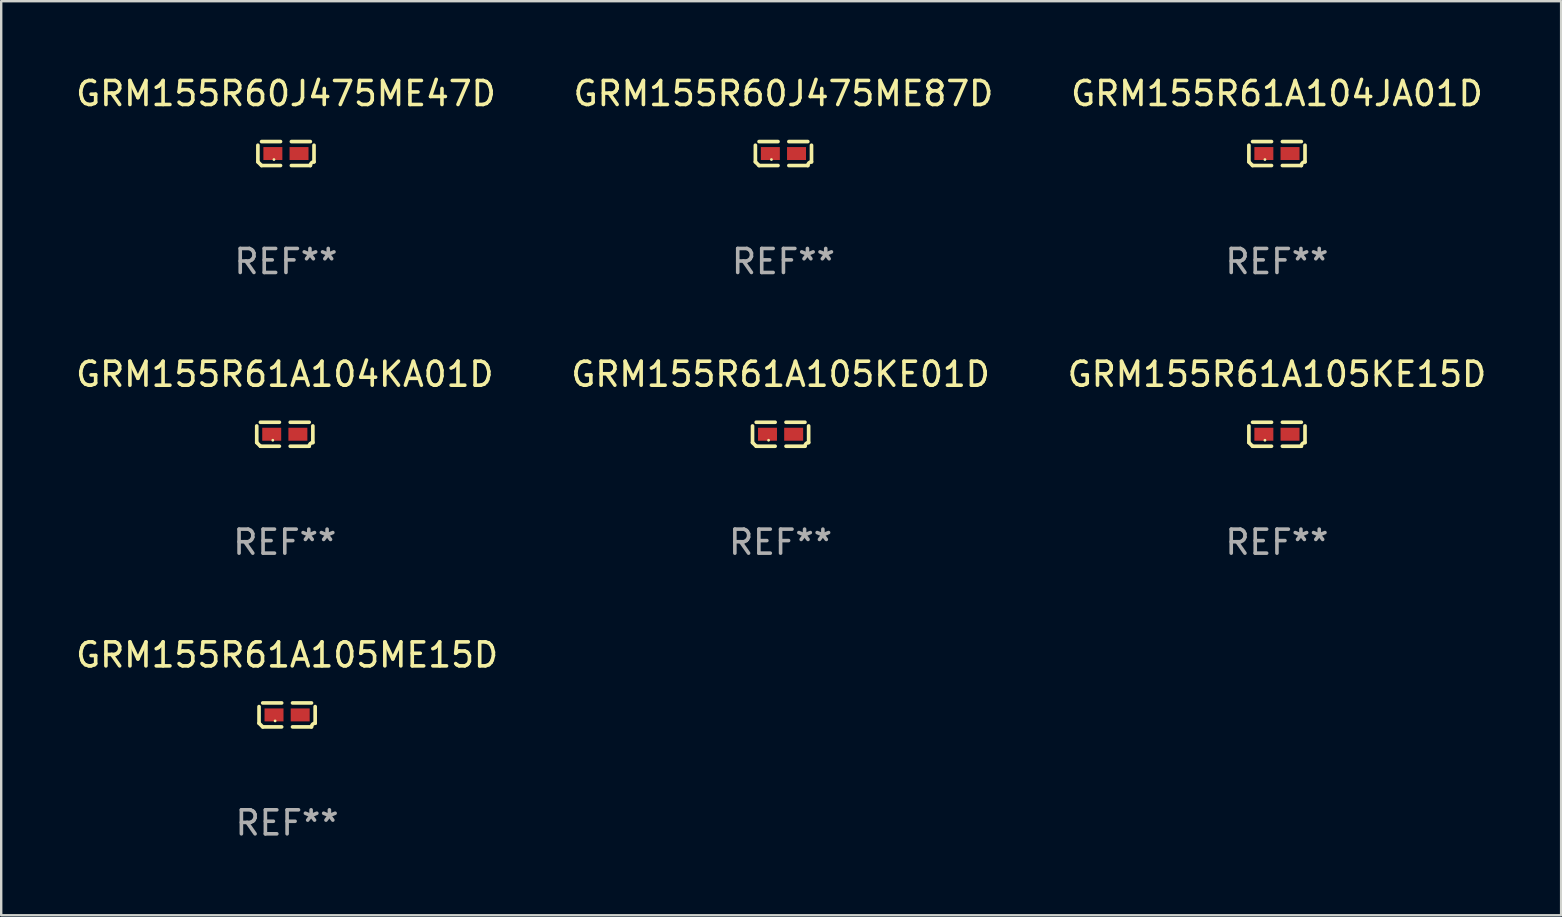
<source format=kicad_pcb>
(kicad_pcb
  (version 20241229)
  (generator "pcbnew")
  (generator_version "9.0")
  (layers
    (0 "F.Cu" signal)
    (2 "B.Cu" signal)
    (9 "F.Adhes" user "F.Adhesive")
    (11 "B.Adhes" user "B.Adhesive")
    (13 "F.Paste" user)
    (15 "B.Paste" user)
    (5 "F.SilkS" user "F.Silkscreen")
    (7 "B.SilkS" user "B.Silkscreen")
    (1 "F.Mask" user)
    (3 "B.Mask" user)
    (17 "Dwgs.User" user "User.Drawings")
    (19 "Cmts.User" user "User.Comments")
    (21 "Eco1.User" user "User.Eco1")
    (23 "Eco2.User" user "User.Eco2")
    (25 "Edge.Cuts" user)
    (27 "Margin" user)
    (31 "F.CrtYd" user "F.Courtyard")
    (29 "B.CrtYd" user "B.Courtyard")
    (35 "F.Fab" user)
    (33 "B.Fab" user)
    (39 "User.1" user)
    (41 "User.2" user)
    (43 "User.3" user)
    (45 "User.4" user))
  (footprint "GRM155R61A104JA01D"
    (layer "F.Cu")
    (at 50.149 3.347)
    (property "Reference" "GRM155R61A104JA01D" (at 0 -2.499 0) (layer "F.SilkS") (effects (font (size 1 1) (thickness 0.15))))
    (attr through_hole)
    (fp_line (start -1.169 0.346) (end -1.169 -0.346) (stroke (width 0.152) (type solid)) (layer "F.SilkS"))
    (fp_line (start -1.016 -0.499) (end -0.226 -0.499) (stroke (width 0.152) (type solid)) (layer "F.SilkS"))
    (fp_line (start -0.226 0.499) (end -1.016 0.499) (stroke (width 0.152) (type solid)) (layer "F.SilkS"))
    (fp_line (start 0.226 0.499) (end 1.016 0.499) (stroke (width 0.152) (type solid)) (layer "F.SilkS"))
    (fp_line (start 1.016 -0.499) (end 0.226 -0.499) (stroke (width 0.152) (type solid)) (layer "F.SilkS"))
    (fp_line (start 1.169 0.346) (end 1.169 -0.346) (stroke (width 0.152) (type solid)) (layer "F.SilkS"))
    (fp_arc (start -1.016307 0.498603) (mid -1.092512 0.422405) (end -1.16871 0.3462) (stroke (width 0.1524) (type solid)) (layer "F.SilkS"))
    (fp_arc (start 1.016307 0.498603) (mid 1.060899 0.390758) (end 1.168707 0.346076) (stroke (width 0.1524) (type solid)) (layer "F.SilkS"))
    (fp_circle (center -0.5 0.25) (end -0.47 0.25) (stroke (width 0.06) (type solid)) (fill no) (layer "F.SilkS"))
    (fp_text user "REF**" (at 0 4.499 0) (layer "F.Fab") (effects (font (size 1 1) (thickness 0.15))))
    (pad "1" smd rect (at -0.545 0) (size 0.79 0.54) (layers "F.Cu" "F.Mask" "F.Paste"))
    (pad "2" smd rect (at 0.545 0) (size 0.79 0.54) (layers "F.Cu" "F.Mask" "F.Paste")))
  (footprint "GRM155R61A105KE01D"
    (layer "F.Cu")
    (at 29.47 15.041)
    (property "Reference" "GRM155R61A105KE01D" (at 0 -2.499 0) (layer "F.SilkS") (effects (font (size 1 1) (thickness 0.15))))
    (attr through_hole)
    (fp_line (start -1.169 0.346) (end -1.169 -0.346) (stroke (width 0.152) (type solid)) (layer "F.SilkS"))
    (fp_line (start -1.016 -0.499) (end -0.226 -0.499) (stroke (width 0.152) (type solid)) (layer "F.SilkS"))
    (fp_line (start -0.226 0.499) (end -1.016 0.499) (stroke (width 0.152) (type solid)) (layer "F.SilkS"))
    (fp_line (start 0.226 0.499) (end 1.016 0.499) (stroke (width 0.152) (type solid)) (layer "F.SilkS"))
    (fp_line (start 1.016 -0.499) (end 0.226 -0.499) (stroke (width 0.152) (type solid)) (layer "F.SilkS"))
    (fp_line (start 1.169 0.346) (end 1.169 -0.346) (stroke (width 0.152) (type solid)) (layer "F.SilkS"))
    (fp_arc (start -1.016307 0.498603) (mid -1.092512 0.422405) (end -1.16871 0.3462) (stroke (width 0.1524) (type solid)) (layer "F.SilkS"))
    (fp_arc (start 1.016307 0.498603) (mid 1.060899 0.390758) (end 1.168707 0.346076) (stroke (width 0.1524) (type solid)) (layer "F.SilkS"))
    (fp_circle (center -0.5 0.25) (end -0.47 0.25) (stroke (width 0.06) (type solid)) (fill no) (layer "F.SilkS"))
    (fp_text user "REF**" (at 0 4.499 0) (layer "F.Fab") (effects (font (size 1 1) (thickness 0.15))))
    (pad "1" smd rect (at -0.545 0) (size 0.79 0.54) (layers "F.Cu" "F.Mask" "F.Paste"))
    (pad "2" smd rect (at 0.545 0) (size 0.79 0.54) (layers "F.Cu" "F.Mask" "F.Paste")))
  (footprint "GRM155R60J475ME47D"
    (layer "F.Cu")
    (at 8.863 3.347)
    (property "Reference" "GRM155R60J475ME47D" (at 0 -2.499 0) (layer "F.SilkS") (effects (font (size 1 1) (thickness 0.15))))
    (attr through_hole)
    (fp_line (start -1.169 0.346) (end -1.169 -0.346) (stroke (width 0.152) (type solid)) (layer "F.SilkS"))
    (fp_line (start -1.016 -0.499) (end -0.226 -0.499) (stroke (width 0.152) (type solid)) (layer "F.SilkS"))
    (fp_line (start -0.226 0.499) (end -1.016 0.499) (stroke (width 0.152) (type solid)) (layer "F.SilkS"))
    (fp_line (start 0.226 0.499) (end 1.016 0.499) (stroke (width 0.152) (type solid)) (layer "F.SilkS"))
    (fp_line (start 1.016 -0.499) (end 0.226 -0.499) (stroke (width 0.152) (type solid)) (layer "F.SilkS"))
    (fp_line (start 1.169 0.346) (end 1.169 -0.346) (stroke (width 0.152) (type solid)) (layer "F.SilkS"))
    (fp_arc (start -1.016307 0.498603) (mid -1.092512 0.422405) (end -1.16871 0.3462) (stroke (width 0.1524) (type solid)) (layer "F.SilkS"))
    (fp_arc (start 1.016307 0.498603) (mid 1.060899 0.390758) (end 1.168707 0.346076) (stroke (width 0.1524) (type solid)) (layer "F.SilkS"))
    (fp_circle (center -0.5 0.25) (end -0.47 0.25) (stroke (width 0.06) (type solid)) (fill no) (layer "F.SilkS"))
    (fp_text user "REF**" (at 0 4.499 0) (layer "F.Fab") (effects (font (size 1 1) (thickness 0.15))))
    (pad "1" smd rect (at -0.545 0) (size 0.79 0.54) (layers "F.Cu" "F.Mask" "F.Paste"))
    (pad "2" smd rect (at 0.545 0) (size 0.79 0.54) (layers "F.Cu" "F.Mask" "F.Paste")))
  (footprint "GRM155R61A104KA01D"
    (layer "F.Cu")
    (at 8.815 15.041)
    (property "Reference" "GRM155R61A104KA01D" (at 0 -2.499 0) (layer "F.SilkS") (effects (font (size 1 1) (thickness 0.15))))
    (attr through_hole)
    (fp_line (start -1.169 0.346) (end -1.169 -0.346) (stroke (width 0.152) (type solid)) (layer "F.SilkS"))
    (fp_line (start -1.016 -0.499) (end -0.226 -0.499) (stroke (width 0.152) (type solid)) (layer "F.SilkS"))
    (fp_line (start -0.226 0.499) (end -1.016 0.499) (stroke (width 0.152) (type solid)) (layer "F.SilkS"))
    (fp_line (start 0.226 0.499) (end 1.016 0.499) (stroke (width 0.152) (type solid)) (layer "F.SilkS"))
    (fp_line (start 1.016 -0.499) (end 0.226 -0.499) (stroke (width 0.152) (type solid)) (layer "F.SilkS"))
    (fp_line (start 1.169 0.346) (end 1.169 -0.346) (stroke (width 0.152) (type solid)) (layer "F.SilkS"))
    (fp_arc (start -1.016307 0.498603) (mid -1.092512 0.422405) (end -1.16871 0.3462) (stroke (width 0.1524) (type solid)) (layer "F.SilkS"))
    (fp_arc (start 1.016307 0.498603) (mid 1.060899 0.390758) (end 1.168707 0.346076) (stroke (width 0.1524) (type solid)) (layer "F.SilkS"))
    (fp_circle (center -0.5 0.25) (end -0.47 0.25) (stroke (width 0.06) (type solid)) (fill no) (layer "F.SilkS"))
    (fp_text user "REF**" (at 0 4.499 0) (layer "F.Fab") (effects (font (size 1 1) (thickness 0.15))))
    (pad "1" smd rect (at -0.545 0) (size 0.79 0.54) (layers "F.Cu" "F.Mask" "F.Paste"))
    (pad "2" smd rect (at 0.545 0) (size 0.79 0.54) (layers "F.Cu" "F.Mask" "F.Paste")))
  (footprint "GRM155R61A105KE15D"
    (layer "F.Cu")
    (at 50.149 15.041)
    (property "Reference" "GRM155R61A105KE15D" (at 0 -2.499 0) (layer "F.SilkS") (effects (font (size 1 1) (thickness 0.15))))
    (attr through_hole)
    (fp_line (start -1.169 0.346) (end -1.169 -0.346) (stroke (width 0.152) (type solid)) (layer "F.SilkS"))
    (fp_line (start -1.016 -0.499) (end -0.226 -0.499) (stroke (width 0.152) (type solid)) (layer "F.SilkS"))
    (fp_line (start -0.226 0.499) (end -1.016 0.499) (stroke (width 0.152) (type solid)) (layer "F.SilkS"))
    (fp_line (start 0.226 0.499) (end 1.016 0.499) (stroke (width 0.152) (type solid)) (layer "F.SilkS"))
    (fp_line (start 1.016 -0.499) (end 0.226 -0.499) (stroke (width 0.152) (type solid)) (layer "F.SilkS"))
    (fp_line (start 1.169 0.346) (end 1.169 -0.346) (stroke (width 0.152) (type solid)) (layer "F.SilkS"))
    (fp_arc (start -1.016307 0.498603) (mid -1.092512 0.422405) (end -1.16871 0.3462) (stroke (width 0.1524) (type solid)) (layer "F.SilkS"))
    (fp_arc (start 1.016307 0.498603) (mid 1.060899 0.390758) (end 1.168707 0.346076) (stroke (width 0.1524) (type solid)) (layer "F.SilkS"))
    (fp_circle (center -0.5 0.25) (end -0.47 0.25) (stroke (width 0.06) (type solid)) (fill no) (layer "F.SilkS"))
    (fp_text user "REF**" (at 0 4.499 0) (layer "F.Fab") (effects (font (size 1 1) (thickness 0.15))))
    (pad "1" smd rect (at -0.545 0) (size 0.79 0.54) (layers "F.Cu" "F.Mask" "F.Paste"))
    (pad "2" smd rect (at 0.545 0) (size 0.79 0.54) (layers "F.Cu" "F.Mask" "F.Paste")))
  (footprint "GRM155R60J475ME87D"
    (layer "F.Cu")
    (at 29.589 3.347)
    (property "Reference" "GRM155R60J475ME87D" (at 0 -2.499 0) (layer "F.SilkS") (effects (font (size 1 1) (thickness 0.15))))
    (attr through_hole)
    (fp_line (start -1.169 0.346) (end -1.169 -0.346) (stroke (width 0.152) (type solid)) (layer "F.SilkS"))
    (fp_line (start -1.016 -0.499) (end -0.226 -0.499) (stroke (width 0.152) (type solid)) (layer "F.SilkS"))
    (fp_line (start -0.226 0.499) (end -1.016 0.499) (stroke (width 0.152) (type solid)) (layer "F.SilkS"))
    (fp_line (start 0.226 0.499) (end 1.016 0.499) (stroke (width 0.152) (type solid)) (layer "F.SilkS"))
    (fp_line (start 1.016 -0.499) (end 0.226 -0.499) (stroke (width 0.152) (type solid)) (layer "F.SilkS"))
    (fp_line (start 1.169 0.346) (end 1.169 -0.346) (stroke (width 0.152) (type solid)) (layer "F.SilkS"))
    (fp_arc (start -1.016307 0.498603) (mid -1.092512 0.422405) (end -1.16871 0.3462) (stroke (width 0.1524) (type solid)) (layer "F.SilkS"))
    (fp_arc (start 1.016307 0.498603) (mid 1.060899 0.390758) (end 1.168707 0.346076) (stroke (width 0.1524) (type solid)) (layer "F.SilkS"))
    (fp_circle (center -0.5 0.25) (end -0.47 0.25) (stroke (width 0.06) (type solid)) (fill no) (layer "F.SilkS"))
    (fp_text user "REF**" (at 0 4.499 0) (layer "F.Fab") (effects (font (size 1 1) (thickness 0.15))))
    (pad "1" smd rect (at -0.545 0) (size 0.79 0.54) (layers "F.Cu" "F.Mask" "F.Paste"))
    (pad "2" smd rect (at 0.545 0) (size 0.79 0.54) (layers "F.Cu" "F.Mask" "F.Paste")))
  (footprint "GRM155R61A105ME15D"
    (layer "F.Cu")
    (at 8.911 26.734)
    (property "Reference" "GRM155R61A105ME15D" (at 0 -2.499 0) (layer "F.SilkS") (effects (font (size 1 1) (thickness 0.15))))
    (attr through_hole)
    (fp_line (start -1.169 0.346) (end -1.169 -0.346) (stroke (width 0.152) (type solid)) (layer "F.SilkS"))
    (fp_line (start -1.016 -0.499) (end -0.226 -0.499) (stroke (width 0.152) (type solid)) (layer "F.SilkS"))
    (fp_line (start -0.226 0.499) (end -1.016 0.499) (stroke (width 0.152) (type solid)) (layer "F.SilkS"))
    (fp_line (start 0.226 0.499) (end 1.016 0.499) (stroke (width 0.152) (type solid)) (layer "F.SilkS"))
    (fp_line (start 1.016 -0.499) (end 0.226 -0.499) (stroke (width 0.152) (type solid)) (layer "F.SilkS"))
    (fp_line (start 1.169 0.346) (end 1.169 -0.346) (stroke (width 0.152) (type solid)) (layer "F.SilkS"))
    (fp_arc (start -1.016307 0.498603) (mid -1.092512 0.422405) (end -1.16871 0.3462) (stroke (width 0.1524) (type solid)) (layer "F.SilkS"))
    (fp_arc (start 1.016307 0.498603) (mid 1.060899 0.390758) (end 1.168707 0.346076) (stroke (width 0.1524) (type solid)) (layer "F.SilkS"))
    (fp_circle (center -0.5 0.25) (end -0.47 0.25) (stroke (width 0.06) (type solid)) (fill no) (layer "F.SilkS"))
    (fp_text user "REF**" (at 0 4.499 0) (layer "F.Fab") (effects (font (size 1 1) (thickness 0.15))))
    (pad "1" smd rect (at -0.545 0) (size 0.79 0.54) (layers "F.Cu" "F.Mask" "F.Paste"))
    (pad "2" smd rect (at 0.545 0) (size 0.79 0.54) (layers "F.Cu" "F.Mask" "F.Paste")))
  (gr_rect
    (start -3 -3)
    (end 61.988 35.081)
    (stroke (width 0.1) (type default))
    (fill no)
    (layer "Edge.Cuts")))
</source>
